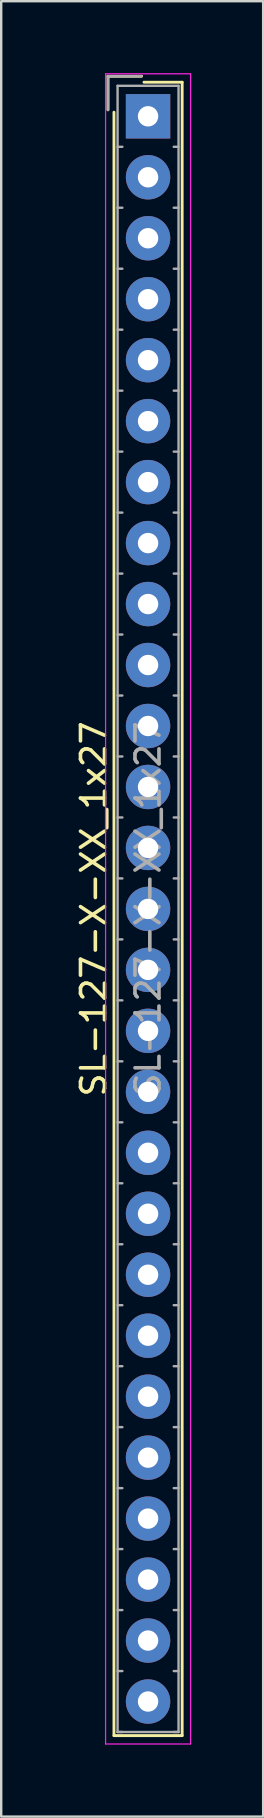
<source format=kicad_pcb>
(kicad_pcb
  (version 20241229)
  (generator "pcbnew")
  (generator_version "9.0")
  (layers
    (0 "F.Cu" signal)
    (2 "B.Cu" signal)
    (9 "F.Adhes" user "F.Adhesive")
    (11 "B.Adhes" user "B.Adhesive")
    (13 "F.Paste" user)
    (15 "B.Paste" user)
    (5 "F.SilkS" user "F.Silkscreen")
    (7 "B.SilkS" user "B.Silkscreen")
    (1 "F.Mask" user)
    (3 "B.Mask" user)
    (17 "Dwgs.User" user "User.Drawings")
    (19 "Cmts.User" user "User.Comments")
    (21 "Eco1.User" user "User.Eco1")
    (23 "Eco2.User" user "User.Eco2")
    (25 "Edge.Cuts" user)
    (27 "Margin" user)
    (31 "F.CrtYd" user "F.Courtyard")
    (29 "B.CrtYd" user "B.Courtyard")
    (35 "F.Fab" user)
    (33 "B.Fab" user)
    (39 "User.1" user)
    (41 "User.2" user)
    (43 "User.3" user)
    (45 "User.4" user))
  (footprint "SL-127-X-XX_1x27"
    (layer "F.Cu")
    (at 3.118 1.795)
    (property "Reference" "SL-127-X-XX_1x27" (at -2.27 33.02 90) (layer "F.SilkS") (effects (font (size 1 1) (thickness 0.15))))
    (attr through_hole)
    (fp_line (start -1.67 -1.67) (end -1.67 -0.27) (stroke (width 0.12) (type solid)) (layer "F.SilkS"))
    (fp_line (start -1.42 67.46) (end -1.42 -0.17) (stroke (width 0.12) (type solid)) (layer "F.SilkS"))
    (fp_line (start -0.27 -1.67) (end -1.67 -1.67) (stroke (width 0.12) (type solid)) (layer "F.SilkS"))
    (fp_line (start -0.17 -1.42) (end 1.42 -1.42) (stroke (width 0.12) (type solid)) (layer "F.SilkS"))
    (fp_line (start 1.42 -1.42) (end 1.42 67.46) (stroke (width 0.12) (type solid)) (layer "F.SilkS"))
    (fp_line (start 1.42 67.46) (end -1.42 67.46) (stroke (width 0.12) (type solid)) (layer "F.SilkS"))
    (fp_line (start -1.77 -1.77) (end -1.77 67.81) (stroke (width 0.05) (type solid)) (layer "F.CrtYd"))
    (fp_line (start -1.77 67.81) (end 1.77 67.81) (stroke (width 0.05) (type solid)) (layer "F.CrtYd"))
    (fp_line (start 1.77 -1.77) (end -1.77 -1.77) (stroke (width 0.05) (type solid)) (layer "F.CrtYd"))
    (fp_line (start 1.77 67.81) (end 1.77 -1.77) (stroke (width 0.05) (type solid)) (layer "F.CrtYd"))
    (fp_line (start -1.67 -1.67) (end -1.67 -0.27) (stroke (width 0.1) (type solid)) (layer "F.Fab"))
    (fp_line (start -1.27 -1.27) (end -1.27 67.31) (stroke (width 0.1) (type solid)) (layer "F.Fab"))
    (fp_line (start -1.27 1.27) (end -1.07 1.27) (stroke (width 0.1) (type solid)) (layer "F.Fab"))
    (fp_line (start -1.27 3.81) (end -1.07 3.81) (stroke (width 0.1) (type solid)) (layer "F.Fab"))
    (fp_line (start -1.27 6.35) (end -1.07 6.35) (stroke (width 0.1) (type solid)) (layer "F.Fab"))
    (fp_line (start -1.27 8.89) (end -1.07 8.89) (stroke (width 0.1) (type solid)) (layer "F.Fab"))
    (fp_line (start -1.27 11.43) (end -1.07 11.43) (stroke (width 0.1) (type solid)) (layer "F.Fab"))
    (fp_line (start -1.27 13.97) (end -1.07 13.97) (stroke (width 0.1) (type solid)) (layer "F.Fab"))
    (fp_line (start -1.27 16.51) (end -1.07 16.51) (stroke (width 0.1) (type solid)) (layer "F.Fab"))
    (fp_line (start -1.27 19.05) (end -1.07 19.05) (stroke (width 0.1) (type solid)) (layer "F.Fab"))
    (fp_line (start -1.27 21.59) (end -1.07 21.59) (stroke (width 0.1) (type solid)) (layer "F.Fab"))
    (fp_line (start -1.27 24.13) (end -1.07 24.13) (stroke (width 0.1) (type solid)) (layer "F.Fab"))
    (fp_line (start -1.27 26.67) (end -1.07 26.67) (stroke (width 0.1) (type solid)) (layer "F.Fab"))
    (fp_line (start -1.27 29.21) (end -1.07 29.21) (stroke (width 0.1) (type solid)) (layer "F.Fab"))
    (fp_line (start -1.27 31.75) (end -1.07 31.75) (stroke (width 0.1) (type solid)) (layer "F.Fab"))
    (fp_line (start -1.27 34.29) (end -1.07 34.29) (stroke (width 0.1) (type solid)) (layer "F.Fab"))
    (fp_line (start -1.27 36.83) (end -1.07 36.83) (stroke (width 0.1) (type solid)) (layer "F.Fab"))
    (fp_line (start -1.27 39.37) (end -1.07 39.37) (stroke (width 0.1) (type solid)) (layer "F.Fab"))
    (fp_line (start -1.27 41.91) (end -1.07 41.91) (stroke (width 0.1) (type solid)) (layer "F.Fab"))
    (fp_line (start -1.27 44.45) (end -1.07 44.45) (stroke (width 0.1) (type solid)) (layer "F.Fab"))
    (fp_line (start -1.27 46.99) (end -1.07 46.99) (stroke (width 0.1) (type solid)) (layer "F.Fab"))
    (fp_line (start -1.27 49.53) (end -1.07 49.53) (stroke (width 0.1) (type solid)) (layer "F.Fab"))
    (fp_line (start -1.27 52.07) (end -1.07 52.07) (stroke (width 0.1) (type solid)) (layer "F.Fab"))
    (fp_line (start -1.27 54.61) (end -1.07 54.61) (stroke (width 0.1) (type solid)) (layer "F.Fab"))
    (fp_line (start -1.27 57.15) (end -1.07 57.15) (stroke (width 0.1) (type solid)) (layer "F.Fab"))
    (fp_line (start -1.27 59.69) (end -1.07 59.69) (stroke (width 0.1) (type solid)) (layer "F.Fab"))
    (fp_line (start -1.27 62.23) (end -1.07 62.23) (stroke (width 0.1) (type solid)) (layer "F.Fab"))
    (fp_line (start -1.27 64.77) (end -1.07 64.77) (stroke (width 0.1) (type solid)) (layer "F.Fab"))
    (fp_line (start -1.27 67.31) (end -1.07 67.31) (stroke (width 0.1) (type solid)) (layer "F.Fab"))
    (fp_line (start -1.27 67.31) (end 1.27 67.31) (stroke (width 0.1) (type solid)) (layer "F.Fab"))
    (fp_line (start -0.27 -1.67) (end -1.67 -1.67) (stroke (width 0.1) (type solid)) (layer "F.Fab"))
    (fp_line (start 1.27 -1.27) (end -1.27 -1.27) (stroke (width 0.1) (type solid)) (layer "F.Fab"))
    (fp_line (start 1.27 1.27) (end 1.07 1.27) (stroke (width 0.1) (type solid)) (layer "F.Fab"))
    (fp_line (start 1.27 3.81) (end 1.07 3.81) (stroke (width 0.1) (type solid)) (layer "F.Fab"))
    (fp_line (start 1.27 6.35) (end 1.07 6.35) (stroke (width 0.1) (type solid)) (layer "F.Fab"))
    (fp_line (start 1.27 8.89) (end 1.07 8.89) (stroke (width 0.1) (type solid)) (layer "F.Fab"))
    (fp_line (start 1.27 11.43) (end 1.07 11.43) (stroke (width 0.1) (type solid)) (layer "F.Fab"))
    (fp_line (start 1.27 13.97) (end 1.07 13.97) (stroke (width 0.1) (type solid)) (layer "F.Fab"))
    (fp_line (start 1.27 16.51) (end 1.07 16.51) (stroke (width 0.1) (type solid)) (layer "F.Fab"))
    (fp_line (start 1.27 19.05) (end 1.07 19.05) (stroke (width 0.1) (type solid)) (layer "F.Fab"))
    (fp_line (start 1.27 21.59) (end 1.07 21.59) (stroke (width 0.1) (type solid)) (layer "F.Fab"))
    (fp_line (start 1.27 24.13) (end 1.07 24.13) (stroke (width 0.1) (type solid)) (layer "F.Fab"))
    (fp_line (start 1.27 26.67) (end 1.07 26.67) (stroke (width 0.1) (type solid)) (layer "F.Fab"))
    (fp_line (start 1.27 29.21) (end 1.07 29.21) (stroke (width 0.1) (type solid)) (layer "F.Fab"))
    (fp_line (start 1.27 31.75) (end 1.07 31.75) (stroke (width 0.1) (type solid)) (layer "F.Fab"))
    (fp_line (start 1.27 34.29) (end 1.07 34.29) (stroke (width 0.1) (type solid)) (layer "F.Fab"))
    (fp_line (start 1.27 36.83) (end 1.07 36.83) (stroke (width 0.1) (type solid)) (layer "F.Fab"))
    (fp_line (start 1.27 39.37) (end 1.07 39.37) (stroke (width 0.1) (type solid)) (layer "F.Fab"))
    (fp_line (start 1.27 41.91) (end 1.07 41.91) (stroke (width 0.1) (type solid)) (layer "F.Fab"))
    (fp_line (start 1.27 44.45) (end 1.07 44.45) (stroke (width 0.1) (type solid)) (layer "F.Fab"))
    (fp_line (start 1.27 46.99) (end 1.07 46.99) (stroke (width 0.1) (type solid)) (layer "F.Fab"))
    (fp_line (start 1.27 49.53) (end 1.07 49.53) (stroke (width 0.1) (type solid)) (layer "F.Fab"))
    (fp_line (start 1.27 52.07) (end 1.07 52.07) (stroke (width 0.1) (type solid)) (layer "F.Fab"))
    (fp_line (start 1.27 54.61) (end 1.07 54.61) (stroke (width 0.1) (type solid)) (layer "F.Fab"))
    (fp_line (start 1.27 57.15) (end 1.07 57.15) (stroke (width 0.1) (type solid)) (layer "F.Fab"))
    (fp_line (start 1.27 59.69) (end 1.07 59.69) (stroke (width 0.1) (type solid)) (layer "F.Fab"))
    (fp_line (start 1.27 62.23) (end 1.07 62.23) (stroke (width 0.1) (type solid)) (layer "F.Fab"))
    (fp_line (start 1.27 64.77) (end 1.07 64.77) (stroke (width 0.1) (type solid)) (layer "F.Fab"))
    (fp_line (start 1.27 67.31) (end 1.07 67.31) (stroke (width 0.1) (type solid)) (layer "F.Fab"))
    (fp_line (start 1.27 67.31) (end 1.27 -1.27) (stroke (width 0.1) (type solid)) (layer "F.Fab"))
    (fp_text user "${REFERENCE}" (at 0 33.02 90) (layer "F.Fab") (effects (font (size 1 1) (thickness 0.15))))
    (pad "1" thru_hole rect (at 0 0) (size 1.85 1.85) (drill 0.85) (layers "*.Cu" "*.Mask"))
    (pad "2" thru_hole circle (at 0 2.54) (size 1.85 1.85) (drill 0.85) (layers "*.Cu" "*.Mask"))
    (pad "3" thru_hole circle (at 0 5.08) (size 1.85 1.85) (drill 0.85) (layers "*.Cu" "*.Mask"))
    (pad "4" thru_hole circle (at 0 7.62) (size 1.85 1.85) (drill 0.85) (layers "*.Cu" "*.Mask"))
    (pad "5" thru_hole circle (at 0 10.16) (size 1.85 1.85) (drill 0.85) (layers "*.Cu" "*.Mask"))
    (pad "6" thru_hole circle (at 0 12.7) (size 1.85 1.85) (drill 0.85) (layers "*.Cu" "*.Mask"))
    (pad "7" thru_hole circle (at 0 15.24) (size 1.85 1.85) (drill 0.85) (layers "*.Cu" "*.Mask"))
    (pad "8" thru_hole circle (at 0 17.78) (size 1.85 1.85) (drill 0.85) (layers "*.Cu" "*.Mask"))
    (pad "9" thru_hole circle (at 0 20.32) (size 1.85 1.85) (drill 0.85) (layers "*.Cu" "*.Mask"))
    (pad "10" thru_hole circle (at 0 22.86) (size 1.85 1.85) (drill 0.85) (layers "*.Cu" "*.Mask"))
    (pad "11" thru_hole circle (at 0 25.4) (size 1.85 1.85) (drill 0.85) (layers "*.Cu" "*.Mask"))
    (pad "12" thru_hole circle (at 0 27.94) (size 1.85 1.85) (drill 0.85) (layers "*.Cu" "*.Mask"))
    (pad "13" thru_hole circle (at 0 30.48) (size 1.85 1.85) (drill 0.85) (layers "*.Cu" "*.Mask"))
    (pad "14" thru_hole circle (at 0 33.02) (size 1.85 1.85) (drill 0.85) (layers "*.Cu" "*.Mask"))
    (pad "15" thru_hole circle (at 0 35.56) (size 1.85 1.85) (drill 0.85) (layers "*.Cu" "*.Mask"))
    (pad "16" thru_hole circle (at 0 38.1) (size 1.85 1.85) (drill 0.85) (layers "*.Cu" "*.Mask"))
    (pad "17" thru_hole circle (at 0 40.64) (size 1.85 1.85) (drill 0.85) (layers "*.Cu" "*.Mask"))
    (pad "18" thru_hole circle (at 0 43.18) (size 1.85 1.85) (drill 0.85) (layers "*.Cu" "*.Mask"))
    (pad "19" thru_hole circle (at 0 45.72) (size 1.85 1.85) (drill 0.85) (layers "*.Cu" "*.Mask"))
    (pad "20" thru_hole circle (at 0 48.26) (size 1.85 1.85) (drill 0.85) (layers "*.Cu" "*.Mask"))
    (pad "21" thru_hole circle (at 0 50.8) (size 1.85 1.85) (drill 0.85) (layers "*.Cu" "*.Mask"))
    (pad "22" thru_hole circle (at 0 53.34) (size 1.85 1.85) (drill 0.85) (layers "*.Cu" "*.Mask"))
    (pad "23" thru_hole circle (at 0 55.88) (size 1.85 1.85) (drill 0.85) (layers "*.Cu" "*.Mask"))
    (pad "24" thru_hole circle (at 0 58.42) (size 1.85 1.85) (drill 0.85) (layers "*.Cu" "*.Mask"))
    (pad "25" thru_hole circle (at 0 60.96) (size 1.85 1.85) (drill 0.85) (layers "*.Cu" "*.Mask"))
    (pad "26" thru_hole circle (at 0 63.5) (size 1.85 1.85) (drill 0.85) (layers "*.Cu" "*.Mask"))
    (pad "27" thru_hole circle (at 0 66.04) (size 1.85 1.85) (drill 0.85) (layers "*.Cu" "*.Mask")))
  (gr_rect
    (start -3 -3)
    (end 7.913 72.63)
    (stroke (width 0.1) (type default))
    (fill no)
    (layer "Edge.Cuts")))
</source>
